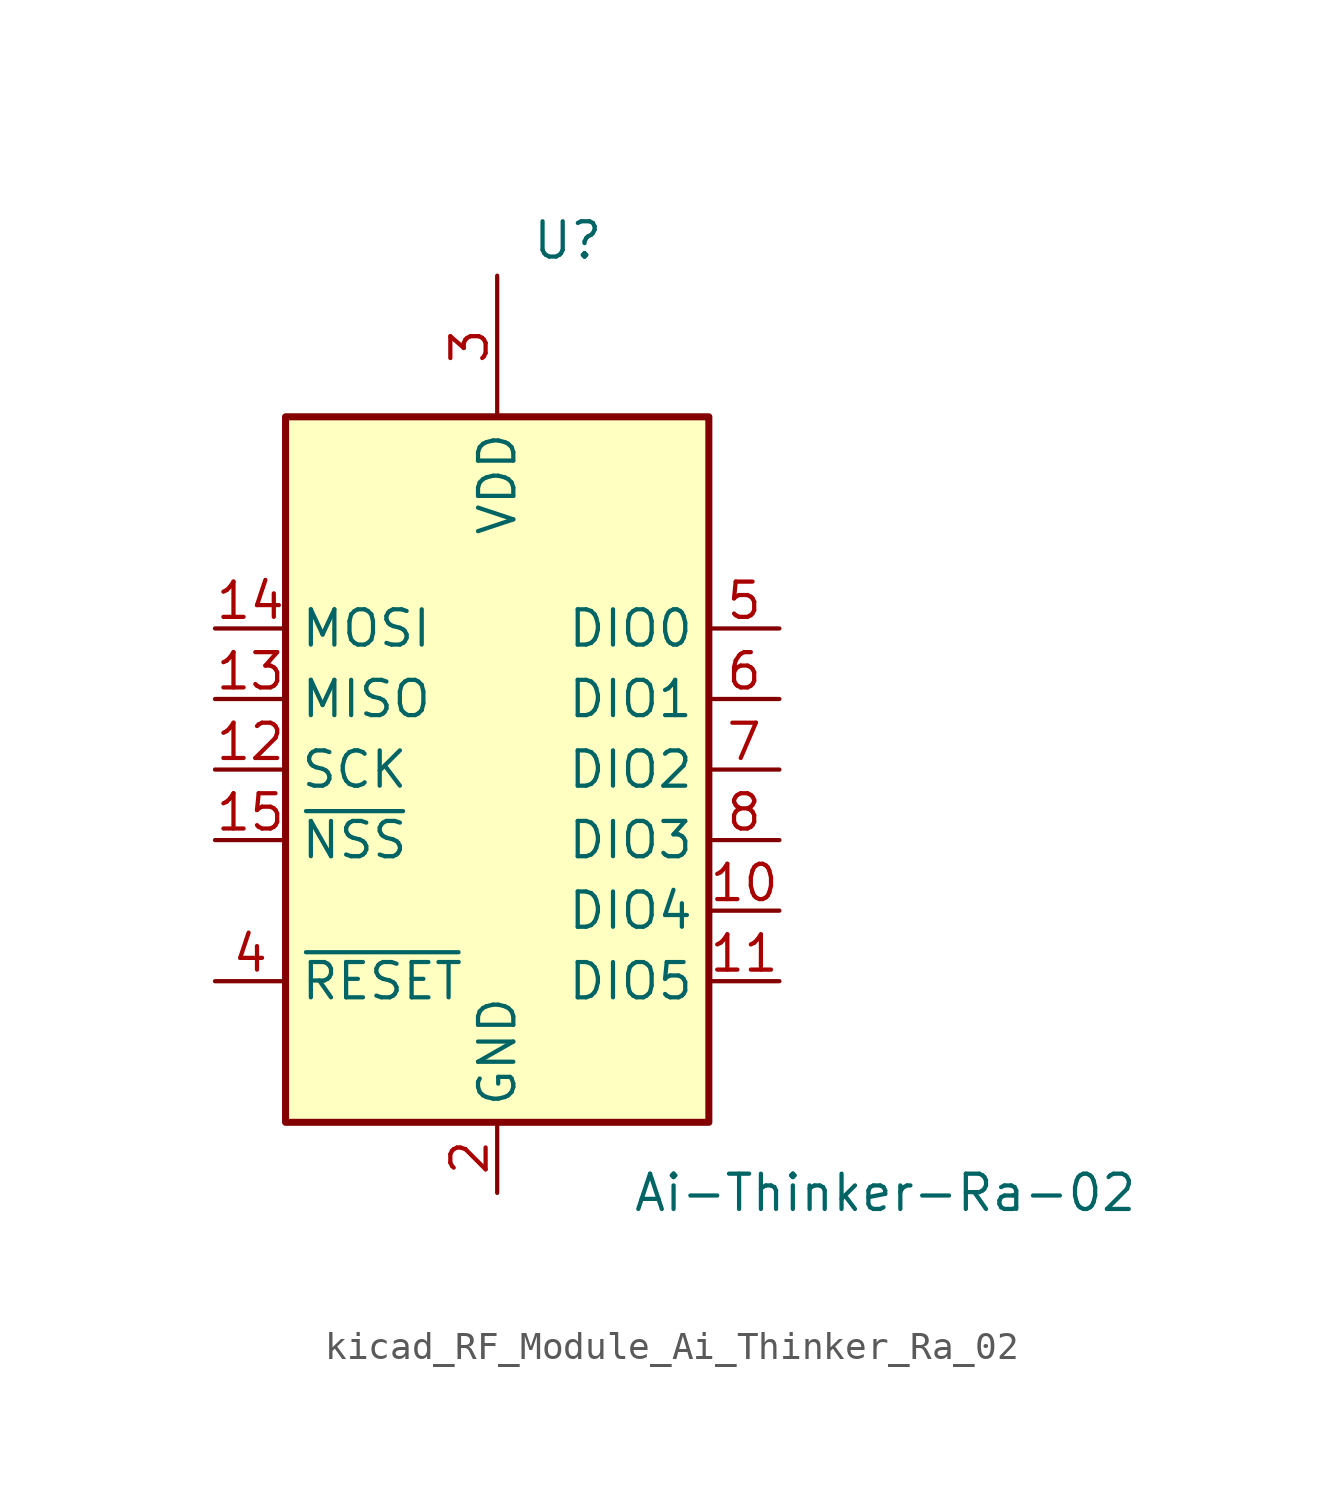
<source format=kicad_sym>
(kicad_symbol_lib
  (version 20220914)
  (generator kicad_symbol_editor)
  (symbol "kicad_RF_Module_Ai_Thinker_Ra_02"
    (property "Reference" "U"
      (at 2.54 19.05 0)
      (effects (font (size 1.27 1.27))))
    (property "Value" "Ai-Thinker-Ra-02"
      (at 13.97 -15.24 0)
      (effects (font (size 1.27 1.27))))
    (symbol "kicad_RF_Module_Ai_Thinker_Ra_02_0_1"
      (rectangle (start -7.62 12.7) (end 7.62 -12.7) (stroke (width 0.254) (type default)) (fill (type background))))
    (symbol "kicad_RF_Module_Ai_Thinker_Ra_02_1_1"
      (pin passive line (at 0 -15.24 90) (length 2.54) hide (name "GND" (effects (font (size 1.27 1.27)))) (number "1" (effects (font (size 1.27 1.27)))))
      (pin bidirectional line (at 10.16 -5.08 180) (length 2.54) (name "DIO4" (effects (font (size 1.27 1.27)))) (number "10" (effects (font (size 1.27 1.27)))))
      (pin bidirectional line (at 10.16 -7.62 180) (length 2.54) (name "DIO5" (effects (font (size 1.27 1.27)))) (number "11" (effects (font (size 1.27 1.27)))))
      (pin input line (at -10.16 0 0) (length 2.54) (name "SCK" (effects (font (size 1.27 1.27)))) (number "12" (effects (font (size 1.27 1.27)))))
      (pin output line (at -10.16 2.54 0) (length 2.54) (name "MISO" (effects (font (size 1.27 1.27)))) (number "13" (effects (font (size 1.27 1.27)))))
      (pin input line (at -10.16 5.08 0) (length 2.54) (name "MOSI" (effects (font (size 1.27 1.27)))) (number "14" (effects (font (size 1.27 1.27)))))
      (pin input line (at -10.16 -2.54 0) (length 2.54) (name "~{NSS}" (effects (font (size 1.27 1.27)))) (number "15" (effects (font (size 1.27 1.27)))))
      (pin passive line (at 0 -15.24 90) (length 2.54) hide (name "GND" (effects (font (size 1.27 1.27)))) (number "16" (effects (font (size 1.27 1.27)))))
      (pin power_in line (at 0 -15.24 90) (length 2.54) (name "GND" (effects (font (size 1.27 1.27)))) (number "2" (effects (font (size 1.27 1.27)))))
      (pin power_in line (at 0 17.78 270) (length 5.08) (name "VDD" (effects (font (size 1.27 1.27)))) (number "3" (effects (font (size 1.27 1.27)))))
      (pin input line (at -10.16 -7.62 0) (length 2.54) (name "~{RESET}" (effects (font (size 1.27 1.27)))) (number "4" (effects (font (size 1.27 1.27)))))
      (pin bidirectional line (at 10.16 5.08 180) (length 2.54) (name "DIO0" (effects (font (size 1.27 1.27)))) (number "5" (effects (font (size 1.27 1.27)))))
      (pin bidirectional line (at 10.16 2.54 180) (length 2.54) (name "DIO1" (effects (font (size 1.27 1.27)))) (number "6" (effects (font (size 1.27 1.27)))))
      (pin bidirectional line (at 10.16 0 180) (length 2.54) (name "DIO2" (effects (font (size 1.27 1.27)))) (number "7" (effects (font (size 1.27 1.27)))))
      (pin bidirectional line (at 10.16 -2.54 180) (length 2.54) (name "DIO3" (effects (font (size 1.27 1.27)))) (number "8" (effects (font (size 1.27 1.27)))))
      (pin passive line (at 0 -15.24 90) (length 2.54) hide (name "GND" (effects (font (size 1.27 1.27)))) (number "9" (effects (font (size 1.27 1.27))))))))
</source>
